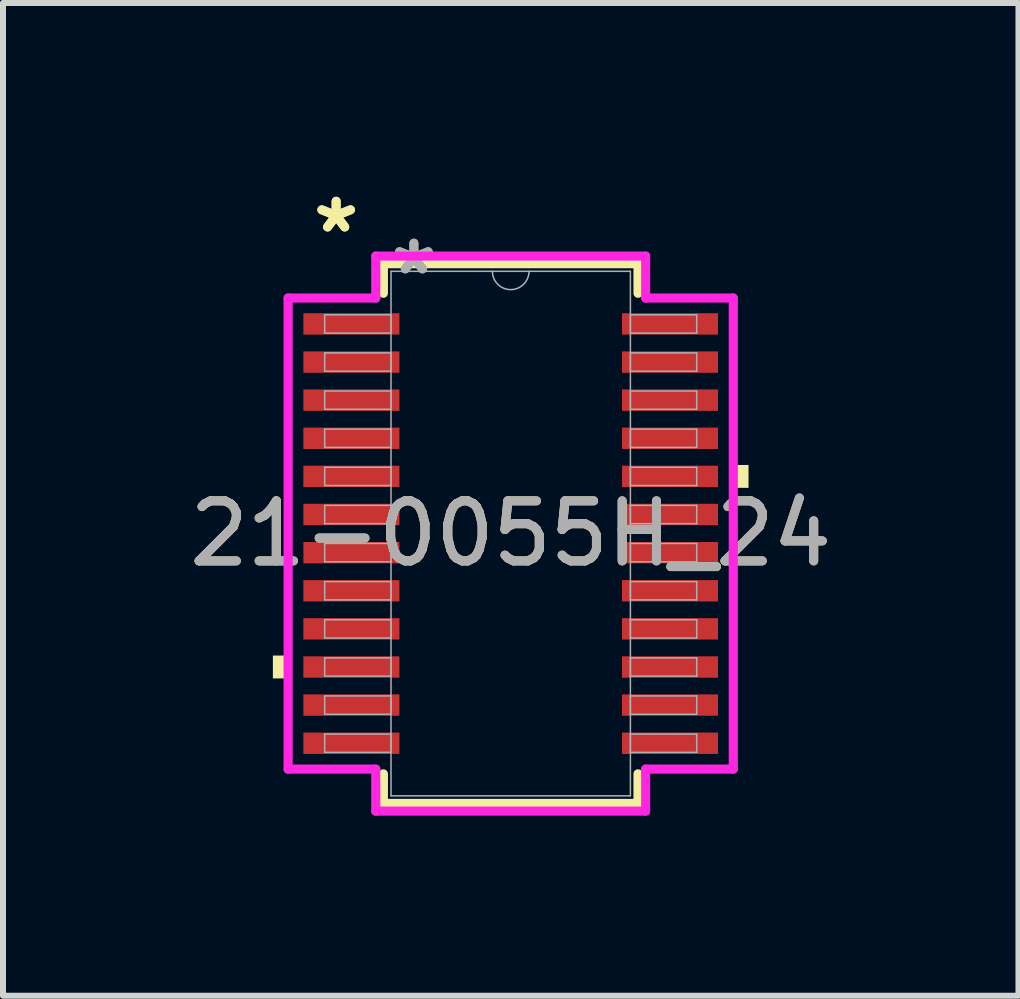
<source format=kicad_pcb>
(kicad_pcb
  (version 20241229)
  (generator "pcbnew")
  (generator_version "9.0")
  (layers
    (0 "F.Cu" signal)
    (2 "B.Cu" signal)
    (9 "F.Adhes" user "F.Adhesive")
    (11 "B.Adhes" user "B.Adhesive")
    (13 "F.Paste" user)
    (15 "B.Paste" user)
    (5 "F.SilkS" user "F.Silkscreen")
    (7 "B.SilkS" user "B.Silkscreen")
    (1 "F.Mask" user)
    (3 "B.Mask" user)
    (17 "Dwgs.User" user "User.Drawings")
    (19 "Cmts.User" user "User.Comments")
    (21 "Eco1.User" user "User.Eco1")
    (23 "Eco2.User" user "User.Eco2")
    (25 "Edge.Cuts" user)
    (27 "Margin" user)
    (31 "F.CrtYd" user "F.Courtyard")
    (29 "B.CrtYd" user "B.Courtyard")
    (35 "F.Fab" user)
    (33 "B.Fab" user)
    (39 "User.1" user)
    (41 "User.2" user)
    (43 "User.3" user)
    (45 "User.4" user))
  (footprint "21-0055H_24"
    (layer "F.Cu")
    (at 5.458 5.839)
    (property "Reference" "21-0055H_24" (at 0 0 0) (unlocked yes) (layer "F.SilkS") (effects (font (size 1 1) (thickness 0.15))))
    (attr smd)
    (fp_line (start -2.121 -4.496) (end -2.121 -4.003) (stroke (width 0.152) (type solid)) (layer "F.SilkS"))
    (fp_line (start -2.121 4.003) (end -2.121 4.496) (stroke (width 0.152) (type solid)) (layer "F.SilkS"))
    (fp_line (start -2.121 4.496) (end 2.121 4.496) (stroke (width 0.152) (type solid)) (layer "F.SilkS"))
    (fp_line (start 2.121 -4.496) (end -2.121 -4.496) (stroke (width 0.152) (type solid)) (layer "F.SilkS"))
    (fp_line (start 2.121 -4.003) (end 2.121 -4.496) (stroke (width 0.152) (type solid)) (layer "F.SilkS"))
    (fp_line (start 2.121 4.496) (end 2.121 4.003) (stroke (width 0.152) (type solid)) (layer "F.SilkS"))
    (fp_poly (pts (xy -3.962 2.032) (xy -3.962 2.413) (xy -3.708 2.413) (xy -3.708 2.032)) (stroke (width 0) (type solid)) (fill yes) (layer "F.SilkS"))
    (fp_poly (pts (xy 3.962 -1.143) (xy 3.962 -0.762) (xy 3.708 -0.762) (xy 3.708 -1.143)) (stroke (width 0) (type solid)) (fill yes) (layer "F.SilkS"))
    (fp_line (start -3.708 -3.924) (end -2.248 -3.924) (stroke (width 0.152) (type solid)) (layer "F.CrtYd"))
    (fp_line (start -3.708 3.924) (end -3.708 -3.924) (stroke (width 0.152) (type solid)) (layer "F.CrtYd"))
    (fp_line (start -3.708 3.924) (end -2.248 3.924) (stroke (width 0.152) (type solid)) (layer "F.CrtYd"))
    (fp_line (start -2.248 -4.623) (end 2.248 -4.623) (stroke (width 0.152) (type solid)) (layer "F.CrtYd"))
    (fp_line (start -2.248 -3.924) (end -2.248 -4.623) (stroke (width 0.152) (type solid)) (layer "F.CrtYd"))
    (fp_line (start -2.248 4.623) (end -2.248 3.924) (stroke (width 0.152) (type solid)) (layer "F.CrtYd"))
    (fp_line (start 2.248 -4.623) (end 2.248 -3.924) (stroke (width 0.152) (type solid)) (layer "F.CrtYd"))
    (fp_line (start 2.248 3.924) (end 2.248 4.623) (stroke (width 0.152) (type solid)) (layer "F.CrtYd"))
    (fp_line (start 2.248 4.623) (end -2.248 4.623) (stroke (width 0.152) (type solid)) (layer "F.CrtYd"))
    (fp_line (start 3.708 -3.924) (end 2.248 -3.924) (stroke (width 0.152) (type solid)) (layer "F.CrtYd"))
    (fp_line (start 3.708 -3.924) (end 3.708 3.924) (stroke (width 0.152) (type solid)) (layer "F.CrtYd"))
    (fp_line (start 3.708 3.924) (end 2.248 3.924) (stroke (width 0.152) (type solid)) (layer "F.CrtYd"))
    (fp_line (start -3.099 -3.645) (end -3.099 -3.34) (stroke (width 0.025) (type solid)) (layer "F.Fab"))
    (fp_line (start -3.099 -3.34) (end -1.994 -3.34) (stroke (width 0.025) (type solid)) (layer "F.Fab"))
    (fp_line (start -3.099 -3.01) (end -3.099 -2.705) (stroke (width 0.025) (type solid)) (layer "F.Fab"))
    (fp_line (start -3.099 -2.705) (end -1.994 -2.705) (stroke (width 0.025) (type solid)) (layer "F.Fab"))
    (fp_line (start -3.099 -2.375) (end -3.099 -2.07) (stroke (width 0.025) (type solid)) (layer "F.Fab"))
    (fp_line (start -3.099 -2.07) (end -1.994 -2.07) (stroke (width 0.025) (type solid)) (layer "F.Fab"))
    (fp_line (start -3.099 -1.74) (end -3.099 -1.435) (stroke (width 0.025) (type solid)) (layer "F.Fab"))
    (fp_line (start -3.099 -1.435) (end -1.994 -1.435) (stroke (width 0.025) (type solid)) (layer "F.Fab"))
    (fp_line (start -3.099 -1.105) (end -3.099 -0.8) (stroke (width 0.025) (type solid)) (layer "F.Fab"))
    (fp_line (start -3.099 -0.8) (end -1.994 -0.8) (stroke (width 0.025) (type solid)) (layer "F.Fab"))
    (fp_line (start -3.099 -0.47) (end -3.099 -0.165) (stroke (width 0.025) (type solid)) (layer "F.Fab"))
    (fp_line (start -3.099 -0.165) (end -1.994 -0.165) (stroke (width 0.025) (type solid)) (layer "F.Fab"))
    (fp_line (start -3.099 0.165) (end -3.099 0.47) (stroke (width 0.025) (type solid)) (layer "F.Fab"))
    (fp_line (start -3.099 0.47) (end -1.994 0.47) (stroke (width 0.025) (type solid)) (layer "F.Fab"))
    (fp_line (start -3.099 0.8) (end -3.099 1.105) (stroke (width 0.025) (type solid)) (layer "F.Fab"))
    (fp_line (start -3.099 1.105) (end -1.994 1.105) (stroke (width 0.025) (type solid)) (layer "F.Fab"))
    (fp_line (start -3.099 1.435) (end -3.099 1.74) (stroke (width 0.025) (type solid)) (layer "F.Fab"))
    (fp_line (start -3.099 1.74) (end -1.994 1.74) (stroke (width 0.025) (type solid)) (layer "F.Fab"))
    (fp_line (start -3.099 2.07) (end -3.099 2.375) (stroke (width 0.025) (type solid)) (layer "F.Fab"))
    (fp_line (start -3.099 2.375) (end -1.994 2.375) (stroke (width 0.025) (type solid)) (layer "F.Fab"))
    (fp_line (start -3.099 2.705) (end -3.099 3.01) (stroke (width 0.025) (type solid)) (layer "F.Fab"))
    (fp_line (start -3.099 3.01) (end -1.994 3.01) (stroke (width 0.025) (type solid)) (layer "F.Fab"))
    (fp_line (start -3.099 3.34) (end -3.099 3.645) (stroke (width 0.025) (type solid)) (layer "F.Fab"))
    (fp_line (start -3.099 3.645) (end -1.994 3.645) (stroke (width 0.025) (type solid)) (layer "F.Fab"))
    (fp_line (start -1.994 -4.369) (end -1.994 4.369) (stroke (width 0.025) (type solid)) (layer "F.Fab"))
    (fp_line (start -1.994 -3.645) (end -3.099 -3.645) (stroke (width 0.025) (type solid)) (layer "F.Fab"))
    (fp_line (start -1.994 -3.34) (end -1.994 -3.645) (stroke (width 0.025) (type solid)) (layer "F.Fab"))
    (fp_line (start -1.994 -3.01) (end -3.099 -3.01) (stroke (width 0.025) (type solid)) (layer "F.Fab"))
    (fp_line (start -1.994 -2.705) (end -1.994 -3.01) (stroke (width 0.025) (type solid)) (layer "F.Fab"))
    (fp_line (start -1.994 -2.375) (end -3.099 -2.375) (stroke (width 0.025) (type solid)) (layer "F.Fab"))
    (fp_line (start -1.994 -2.07) (end -1.994 -2.375) (stroke (width 0.025) (type solid)) (layer "F.Fab"))
    (fp_line (start -1.994 -1.74) (end -3.099 -1.74) (stroke (width 0.025) (type solid)) (layer "F.Fab"))
    (fp_line (start -1.994 -1.435) (end -1.994 -1.74) (stroke (width 0.025) (type solid)) (layer "F.Fab"))
    (fp_line (start -1.994 -1.105) (end -3.099 -1.105) (stroke (width 0.025) (type solid)) (layer "F.Fab"))
    (fp_line (start -1.994 -0.8) (end -1.994 -1.105) (stroke (width 0.025) (type solid)) (layer "F.Fab"))
    (fp_line (start -1.994 -0.47) (end -3.099 -0.47) (stroke (width 0.025) (type solid)) (layer "F.Fab"))
    (fp_line (start -1.994 -0.165) (end -1.994 -0.47) (stroke (width 0.025) (type solid)) (layer "F.Fab"))
    (fp_line (start -1.994 0.165) (end -3.099 0.165) (stroke (width 0.025) (type solid)) (layer "F.Fab"))
    (fp_line (start -1.994 0.47) (end -1.994 0.165) (stroke (width 0.025) (type solid)) (layer "F.Fab"))
    (fp_line (start -1.994 0.8) (end -3.099 0.8) (stroke (width 0.025) (type solid)) (layer "F.Fab"))
    (fp_line (start -1.994 1.105) (end -1.994 0.8) (stroke (width 0.025) (type solid)) (layer "F.Fab"))
    (fp_line (start -1.994 1.435) (end -3.099 1.435) (stroke (width 0.025) (type solid)) (layer "F.Fab"))
    (fp_line (start -1.994 1.74) (end -1.994 1.435) (stroke (width 0.025) (type solid)) (layer "F.Fab"))
    (fp_line (start -1.994 2.07) (end -3.099 2.07) (stroke (width 0.025) (type solid)) (layer "F.Fab"))
    (fp_line (start -1.994 2.375) (end -1.994 2.07) (stroke (width 0.025) (type solid)) (layer "F.Fab"))
    (fp_line (start -1.994 2.705) (end -3.099 2.705) (stroke (width 0.025) (type solid)) (layer "F.Fab"))
    (fp_line (start -1.994 3.01) (end -1.994 2.705) (stroke (width 0.025) (type solid)) (layer "F.Fab"))
    (fp_line (start -1.994 3.34) (end -3.099 3.34) (stroke (width 0.025) (type solid)) (layer "F.Fab"))
    (fp_line (start -1.994 3.645) (end -1.994 3.34) (stroke (width 0.025) (type solid)) (layer "F.Fab"))
    (fp_line (start -1.994 4.369) (end 1.994 4.369) (stroke (width 0.025) (type solid)) (layer "F.Fab"))
    (fp_line (start 1.994 -4.369) (end -1.994 -4.369) (stroke (width 0.025) (type solid)) (layer "F.Fab"))
    (fp_line (start 1.994 -3.645) (end 1.994 -3.34) (stroke (width 0.025) (type solid)) (layer "F.Fab"))
    (fp_line (start 1.994 -3.34) (end 3.099 -3.34) (stroke (width 0.025) (type solid)) (layer "F.Fab"))
    (fp_line (start 1.994 -3.01) (end 1.994 -2.705) (stroke (width 0.025) (type solid)) (layer "F.Fab"))
    (fp_line (start 1.994 -2.705) (end 3.099 -2.705) (stroke (width 0.025) (type solid)) (layer "F.Fab"))
    (fp_line (start 1.994 -2.375) (end 1.994 -2.07) (stroke (width 0.025) (type solid)) (layer "F.Fab"))
    (fp_line (start 1.994 -2.07) (end 3.099 -2.07) (stroke (width 0.025) (type solid)) (layer "F.Fab"))
    (fp_line (start 1.994 -1.74) (end 1.994 -1.435) (stroke (width 0.025) (type solid)) (layer "F.Fab"))
    (fp_line (start 1.994 -1.435) (end 3.099 -1.435) (stroke (width 0.025) (type solid)) (layer "F.Fab"))
    (fp_line (start 1.994 -1.105) (end 1.994 -0.8) (stroke (width 0.025) (type solid)) (layer "F.Fab"))
    (fp_line (start 1.994 -0.8) (end 3.099 -0.8) (stroke (width 0.025) (type solid)) (layer "F.Fab"))
    (fp_line (start 1.994 -0.47) (end 1.994 -0.165) (stroke (width 0.025) (type solid)) (layer "F.Fab"))
    (fp_line (start 1.994 -0.165) (end 3.099 -0.165) (stroke (width 0.025) (type solid)) (layer "F.Fab"))
    (fp_line (start 1.994 0.165) (end 1.994 0.47) (stroke (width 0.025) (type solid)) (layer "F.Fab"))
    (fp_line (start 1.994 0.47) (end 3.099 0.47) (stroke (width 0.025) (type solid)) (layer "F.Fab"))
    (fp_line (start 1.994 0.8) (end 1.994 1.105) (stroke (width 0.025) (type solid)) (layer "F.Fab"))
    (fp_line (start 1.994 1.105) (end 3.099 1.105) (stroke (width 0.025) (type solid)) (layer "F.Fab"))
    (fp_line (start 1.994 1.435) (end 1.994 1.74) (stroke (width 0.025) (type solid)) (layer "F.Fab"))
    (fp_line (start 1.994 1.74) (end 3.099 1.74) (stroke (width 0.025) (type solid)) (layer "F.Fab"))
    (fp_line (start 1.994 2.07) (end 1.994 2.375) (stroke (width 0.025) (type solid)) (layer "F.Fab"))
    (fp_line (start 1.994 2.375) (end 3.099 2.375) (stroke (width 0.025) (type solid)) (layer "F.Fab"))
    (fp_line (start 1.994 2.705) (end 1.994 3.01) (stroke (width 0.025) (type solid)) (layer "F.Fab"))
    (fp_line (start 1.994 3.01) (end 3.099 3.01) (stroke (width 0.025) (type solid)) (layer "F.Fab"))
    (fp_line (start 1.994 3.34) (end 1.994 3.645) (stroke (width 0.025) (type solid)) (layer "F.Fab"))
    (fp_line (start 1.994 3.645) (end 3.099 3.645) (stroke (width 0.025) (type solid)) (layer "F.Fab"))
    (fp_line (start 1.994 4.369) (end 1.994 -4.369) (stroke (width 0.025) (type solid)) (layer "F.Fab"))
    (fp_line (start 3.099 -3.645) (end 1.994 -3.645) (stroke (width 0.025) (type solid)) (layer "F.Fab"))
    (fp_line (start 3.099 -3.34) (end 3.099 -3.645) (stroke (width 0.025) (type solid)) (layer "F.Fab"))
    (fp_line (start 3.099 -3.01) (end 1.994 -3.01) (stroke (width 0.025) (type solid)) (layer "F.Fab"))
    (fp_line (start 3.099 -2.705) (end 3.099 -3.01) (stroke (width 0.025) (type solid)) (layer "F.Fab"))
    (fp_line (start 3.099 -2.375) (end 1.994 -2.375) (stroke (width 0.025) (type solid)) (layer "F.Fab"))
    (fp_line (start 3.099 -2.07) (end 3.099 -2.375) (stroke (width 0.025) (type solid)) (layer "F.Fab"))
    (fp_line (start 3.099 -1.74) (end 1.994 -1.74) (stroke (width 0.025) (type solid)) (layer "F.Fab"))
    (fp_line (start 3.099 -1.435) (end 3.099 -1.74) (stroke (width 0.025) (type solid)) (layer "F.Fab"))
    (fp_line (start 3.099 -1.105) (end 1.994 -1.105) (stroke (width 0.025) (type solid)) (layer "F.Fab"))
    (fp_line (start 3.099 -0.8) (end 3.099 -1.105) (stroke (width 0.025) (type solid)) (layer "F.Fab"))
    (fp_line (start 3.099 -0.47) (end 1.994 -0.47) (stroke (width 0.025) (type solid)) (layer "F.Fab"))
    (fp_line (start 3.099 -0.165) (end 3.099 -0.47) (stroke (width 0.025) (type solid)) (layer "F.Fab"))
    (fp_line (start 3.099 0.165) (end 1.994 0.165) (stroke (width 0.025) (type solid)) (layer "F.Fab"))
    (fp_line (start 3.099 0.47) (end 3.099 0.165) (stroke (width 0.025) (type solid)) (layer "F.Fab"))
    (fp_line (start 3.099 0.8) (end 1.994 0.8) (stroke (width 0.025) (type solid)) (layer "F.Fab"))
    (fp_line (start 3.099 1.105) (end 3.099 0.8) (stroke (width 0.025) (type solid)) (layer "F.Fab"))
    (fp_line (start 3.099 1.435) (end 1.994 1.435) (stroke (width 0.025) (type solid)) (layer "F.Fab"))
    (fp_line (start 3.099 1.74) (end 3.099 1.435) (stroke (width 0.025) (type solid)) (layer "F.Fab"))
    (fp_line (start 3.099 2.07) (end 1.994 2.07) (stroke (width 0.025) (type solid)) (layer "F.Fab"))
    (fp_line (start 3.099 2.375) (end 3.099 2.07) (stroke (width 0.025) (type solid)) (layer "F.Fab"))
    (fp_line (start 3.099 2.705) (end 1.994 2.705) (stroke (width 0.025) (type solid)) (layer "F.Fab"))
    (fp_line (start 3.099 3.01) (end 3.099 2.705) (stroke (width 0.025) (type solid)) (layer "F.Fab"))
    (fp_line (start 3.099 3.34) (end 1.994 3.34) (stroke (width 0.025) (type solid)) (layer "F.Fab"))
    (fp_line (start 3.099 3.645) (end 3.099 3.34) (stroke (width 0.025) (type solid)) (layer "F.Fab"))
    (fp_arc (start 0.3048 -4.3688) (mid 0 -4.064) (end -0.3048 -4.3688) (stroke (width 0.0254) (type solid)) (layer "F.Fab"))
    (fp_text user "*" (at -2.908 -4.991 0) (unlocked yes) (layer "F.SilkS") (effects (font (size 1 1) (thickness 0.15))))
    (fp_text user "*" (at -2.908 -4.991 0) (layer "F.SilkS") (effects (font (size 1 1) (thickness 0.15))))
    (fp_text user "${REFERENCE}" (at 0 0 0) (unlocked yes) (layer "F.Fab") (effects (font (size 1 1) (thickness 0.15))))
    (fp_text user "*" (at -1.613 -4.293 0) (layer "F.Fab") (effects (font (size 1 1) (thickness 0.15))))
    (fp_text user "*" (at -1.613 -4.293 0) (unlocked yes) (layer "F.Fab") (effects (font (size 1 1) (thickness 0.15))))
    (pad "1" smd rect (at -2.654 -3.493) (size 1.6 0.356) (layers "F.Cu" "F.Mask" "F.Paste"))
    (pad "2" smd rect (at -2.654 -2.857) (size 1.6 0.356) (layers "F.Cu" "F.Mask" "F.Paste"))
    (pad "3" smd rect (at -2.654 -2.223) (size 1.6 0.356) (layers "F.Cu" "F.Mask" "F.Paste"))
    (pad "4" smd rect (at -2.654 -1.587) (size 1.6 0.356) (layers "F.Cu" "F.Mask" "F.Paste"))
    (pad "5" smd rect (at -2.654 -0.953) (size 1.6 0.356) (layers "F.Cu" "F.Mask" "F.Paste"))
    (pad "6" smd rect (at -2.654 -0.318) (size 1.6 0.356) (layers "F.Cu" "F.Mask" "F.Paste"))
    (pad "7" smd rect (at -2.654 0.318) (size 1.6 0.356) (layers "F.Cu" "F.Mask" "F.Paste"))
    (pad "8" smd rect (at -2.654 0.953) (size 1.6 0.356) (layers "F.Cu" "F.Mask" "F.Paste"))
    (pad "9" smd rect (at -2.654 1.587) (size 1.6 0.356) (layers "F.Cu" "F.Mask" "F.Paste"))
    (pad "10" smd rect (at -2.654 2.223) (size 1.6 0.356) (layers "F.Cu" "F.Mask" "F.Paste"))
    (pad "11" smd rect (at -2.654 2.857) (size 1.6 0.356) (layers "F.Cu" "F.Mask" "F.Paste"))
    (pad "12" smd rect (at -2.654 3.493) (size 1.6 0.356) (layers "F.Cu" "F.Mask" "F.Paste"))
    (pad "13" smd rect (at 2.654 3.493) (size 1.6 0.356) (layers "F.Cu" "F.Mask" "F.Paste"))
    (pad "14" smd rect (at 2.654 2.857) (size 1.6 0.356) (layers "F.Cu" "F.Mask" "F.Paste"))
    (pad "15" smd rect (at 2.654 2.223) (size 1.6 0.356) (layers "F.Cu" "F.Mask" "F.Paste"))
    (pad "16" smd rect (at 2.654 1.587) (size 1.6 0.356) (layers "F.Cu" "F.Mask" "F.Paste"))
    (pad "17" smd rect (at 2.654 0.953) (size 1.6 0.356) (layers "F.Cu" "F.Mask" "F.Paste"))
    (pad "18" smd rect (at 2.654 0.318) (size 1.6 0.356) (layers "F.Cu" "F.Mask" "F.Paste"))
    (pad "19" smd rect (at 2.654 -0.318) (size 1.6 0.356) (layers "F.Cu" "F.Mask" "F.Paste"))
    (pad "20" smd rect (at 2.654 -0.953) (size 1.6 0.356) (layers "F.Cu" "F.Mask" "F.Paste"))
    (pad "21" smd rect (at 2.654 -1.587) (size 1.6 0.356) (layers "F.Cu" "F.Mask" "F.Paste"))
    (pad "22" smd rect (at 2.654 -2.223) (size 1.6 0.356) (layers "F.Cu" "F.Mask" "F.Paste"))
    (pad "23" smd rect (at 2.654 -2.857) (size 1.6 0.356) (layers "F.Cu" "F.Mask" "F.Paste"))
    (pad "24" smd rect (at 2.654 -3.493) (size 1.6 0.356) (layers "F.Cu" "F.Mask" "F.Paste")))
  (gr_rect
    (start -3 -3)
    (end 13.917 13.538)
    (stroke (width 0.1) (type default))
    (fill no)
    (layer "Edge.Cuts")))
</source>
